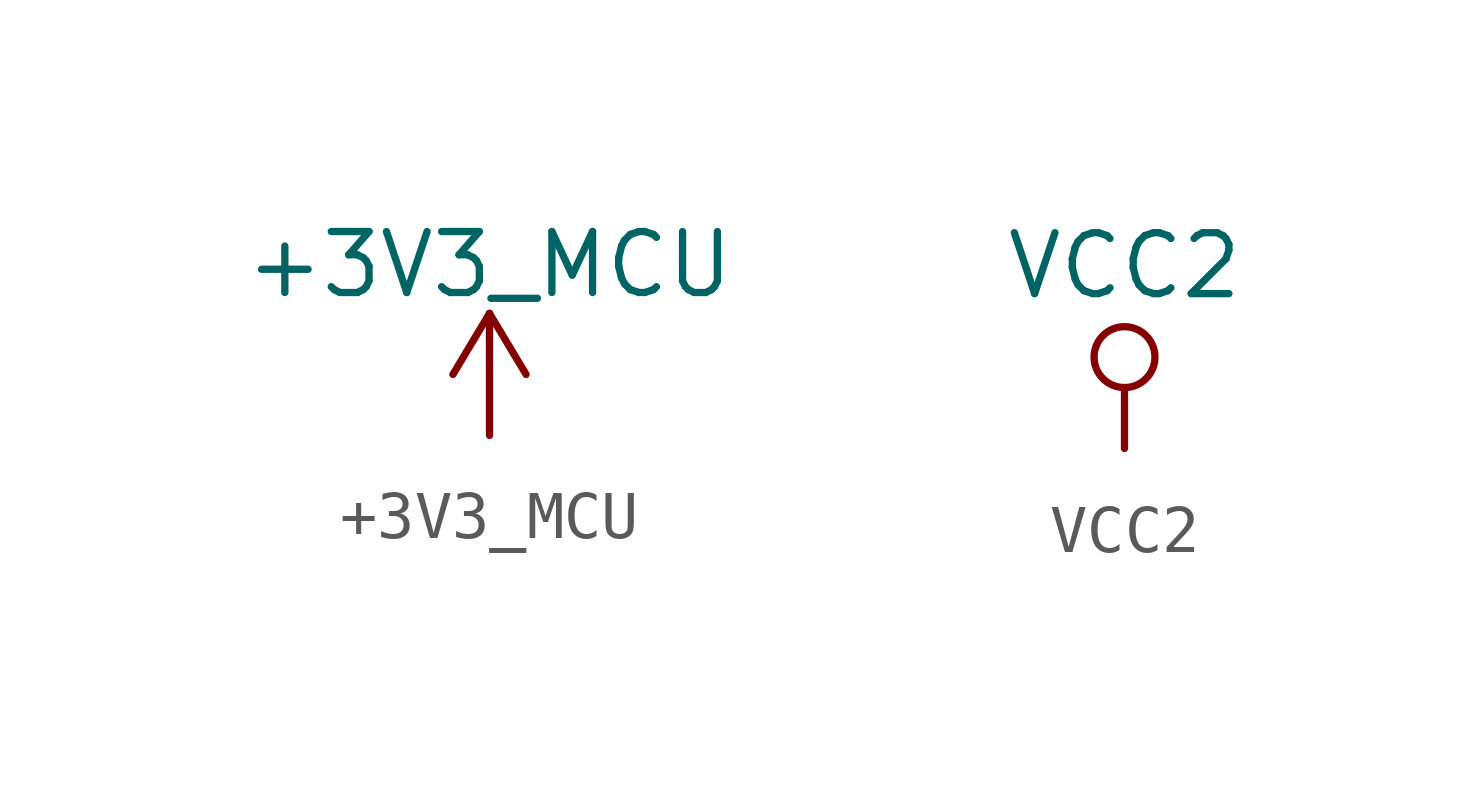
<source format=kicad_sym>
(kicad_symbol_lib
  (version 20220914)
  (generator kicad_symbol_editor)
  (symbol "+3V3_MCU"
    (power)
    (pin_names
      (offset 0))
    (property "Reference" "#PWR"
      (at 0 -3.81 0)
      (effects (font (size 1.27 1.27)) hide))
    (property "Value" "+3V3_MCU"
      (at 0 3.556 0)
      (effects (font (size 1.27 1.27))))
    (symbol "+3V3_MCU_0_1"
      (polyline (pts (xy -0.762 1.27) (xy 0 2.54)) (stroke (width 0) (type default)) (fill (type none)))
      (polyline (pts (xy 0 0) (xy 0 2.54)) (stroke (width 0) (type default)) (fill (type none)))
      (polyline (pts (xy 0 2.54) (xy 0.762 1.27)) (stroke (width 0) (type default)) (fill (type none))))
    (symbol "+3V3_MCU_1_1"
      (pin power_in line (at 0 0 90) (length 0) hide (name "+3V3_MCU" (effects (font (size 1.27 1.27)))) (number "1" (effects (font (size 1.27 1.27)))))))
  (symbol "VCC2"
    (power)
    (pin_names
      (offset 0))
    (property "Reference" "#PWR"
      (at 0 -3.81 0)
      (effects (font (size 1.27 1.27)) hide))
    (property "Value" "VCC2"
      (at 0 3.81 0)
      (effects (font (size 1.27 1.27))))
    (symbol "VCC2_0_1"
      (polyline (pts (xy 0 0) (xy 0 1.27)) (stroke (width 0) (type solid)) (fill (type none)))
      (circle (center 0 1.905) (radius 0.635) (stroke (width 0) (type solid)) (fill (type none))))
    (symbol "VCC2_1_1"
      (pin power_in line (at 0 0 90) (length 0) hide (name "VCC" (effects (font (size 1.27 1.27)))) (number "1" (effects (font (size 1.27 1.27))))))))
</source>
